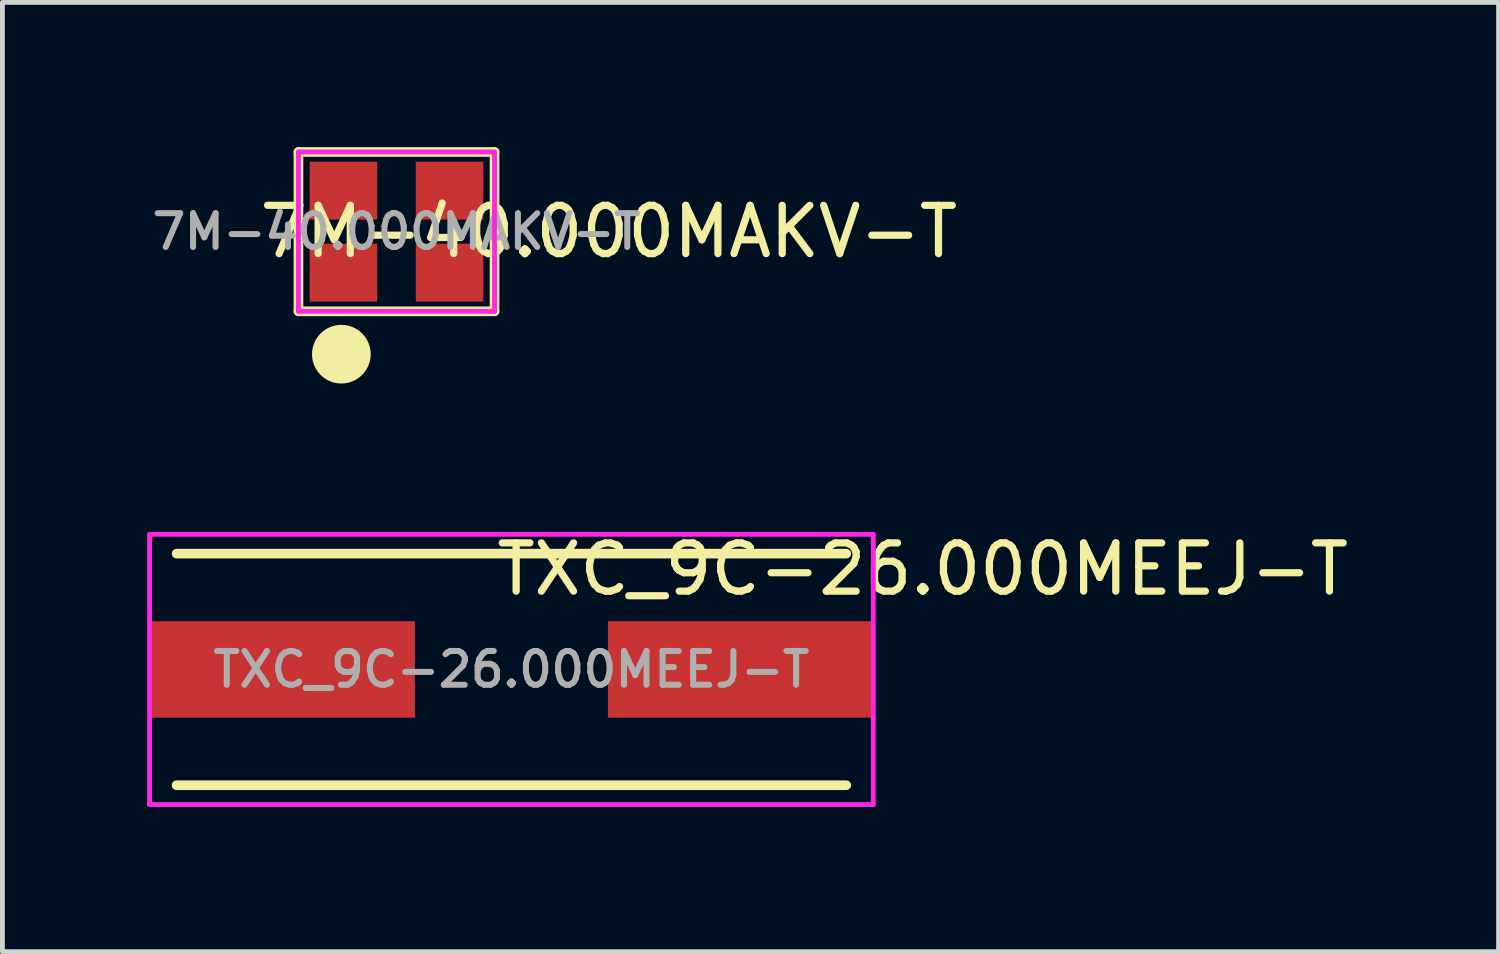
<source format=kicad_pcb>
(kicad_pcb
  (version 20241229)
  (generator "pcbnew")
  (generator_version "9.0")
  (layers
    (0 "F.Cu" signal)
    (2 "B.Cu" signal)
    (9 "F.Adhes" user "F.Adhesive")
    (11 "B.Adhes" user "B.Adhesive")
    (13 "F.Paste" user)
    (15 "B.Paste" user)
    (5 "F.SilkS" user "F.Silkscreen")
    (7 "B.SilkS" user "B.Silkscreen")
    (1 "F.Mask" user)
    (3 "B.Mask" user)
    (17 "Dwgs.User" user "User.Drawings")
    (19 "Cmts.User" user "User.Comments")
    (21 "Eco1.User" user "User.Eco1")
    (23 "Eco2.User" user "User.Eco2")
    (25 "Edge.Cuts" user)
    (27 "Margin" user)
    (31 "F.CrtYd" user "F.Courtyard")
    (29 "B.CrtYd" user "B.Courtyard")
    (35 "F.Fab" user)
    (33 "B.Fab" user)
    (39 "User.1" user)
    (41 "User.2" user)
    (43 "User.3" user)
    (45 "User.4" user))
  (footprint "7M-40.000MAKV-T"
    (layer "F.Cu")
    (at 5.168 1.751)
    (property "Reference" "7M-40.000MAKV-T" (at 4.4 0 0) (layer "F.SilkS") (effects (font (size 1 1) (thickness 0.15))))
    (attr through_hole)
    (fp_line (start -2.032 -1.651) (end 2.032 -1.651) (stroke (width 0.2) (type solid)) (layer "F.SilkS"))
    (fp_line (start -2.032 1.651) (end -2.032 -1.651) (stroke (width 0.2) (type solid)) (layer "F.SilkS"))
    (fp_line (start -0.889 2.54) (end -1.27 2.54) (stroke (width 0.2) (type solid)) (layer "F.SilkS"))
    (fp_line (start 2.032 -1.651) (end 2.032 1.651) (stroke (width 0.2) (type solid)) (layer "F.SilkS"))
    (fp_line (start 2.032 1.651) (end -2.032 1.651) (stroke (width 0.2) (type solid)) (layer "F.SilkS"))
    (fp_circle (center -1.143 2.54) (end -1.651 2.54) (stroke (width 0.2) (type solid)) (fill no) (layer "F.SilkS"))
    (fp_circle (center -1.143 2.54) (end -1.016 2.54) (stroke (width 0.2) (type solid)) (fill no) (layer "F.SilkS"))
    (fp_circle (center -1.143 2.54) (end -0.889 2.54) (stroke (width 0.2) (type solid)) (fill no) (layer "F.SilkS"))
    (fp_circle (center -1.143 2.54) (end -0.762 2.54) (stroke (width 0.2) (type solid)) (fill no) (layer "F.SilkS"))
    (fp_line (start -2.032 -1.651) (end 2.032 -1.651) (stroke (width 0.1) (type solid)) (layer "F.CrtYd"))
    (fp_line (start -2.032 1.651) (end -2.032 -1.651) (stroke (width 0.1) (type solid)) (layer "F.CrtYd"))
    (fp_line (start 2.032 -1.651) (end 2.032 1.651) (stroke (width 0.1) (type solid)) (layer "F.CrtYd"))
    (fp_line (start 2.032 1.651) (end -2.032 1.651) (stroke (width 0.1) (type solid)) (layer "F.CrtYd"))
    (fp_text user "${REFERENCE}" (at 0 0 0) (layer "F.Fab") (effects (font (size 0.7 0.7) (thickness 0.125))))
    (pad "1" smd rect (at -1.1 0.85) (size 1.4 1.2) (layers "F.Cu" "F.Mask" "F.Paste"))
    (pad "2" smd rect (at 1.1 0.85) (size 1.4 1.2) (layers "F.Cu" "F.Mask" "F.Paste"))
    (pad "3" smd rect (at 1.1 -0.85) (size 1.4 1.2) (layers "F.Cu" "F.Mask" "F.Paste"))
    (pad "4" smd rect (at -1.1 -0.85) (size 1.4 1.2) (layers "F.Cu" "F.Mask" "F.Paste")))
  (footprint "TXC_9C-26.000MEEJ-T"
    (layer "F.Cu")
    (at 7.55 10.825)
    (property "Reference" "TXC_9C-26.000MEEJ-T" (at 8.526 -2.078 0) (layer "F.SilkS") (effects (font (size 1 1) (thickness 0.15))))
    (attr through_hole)
    (fp_line (start -6.94 -2.4) (end 6.94 -2.4) (stroke (width 0.2) (type solid)) (layer "F.SilkS"))
    (fp_line (start -6.94 2.4) (end 6.94 2.4) (stroke (width 0.2) (type solid)) (layer "F.SilkS"))
    (fp_line (start -7.5 -2.8) (end 7.5 -2.8) (stroke (width 0.1) (type solid)) (layer "F.CrtYd"))
    (fp_line (start -7.5 2.8) (end -7.5 -2.8) (stroke (width 0.1) (type solid)) (layer "F.CrtYd"))
    (fp_line (start 7.5 -2.8) (end 7.5 2.8) (stroke (width 0.1) (type solid)) (layer "F.CrtYd"))
    (fp_line (start 7.5 2.8) (end -7.5 2.8) (stroke (width 0.1) (type solid)) (layer "F.CrtYd"))
    (fp_text user "${REFERENCE}" (at 0 0 0) (layer "F.Fab") (effects (font (size 0.7 0.7) (thickness 0.125))))
    (pad "1" smd rect (at -4.75 0) (size 5.5 2) (layers "F.Cu" "F.Mask" "F.Paste"))
    (pad "2" smd rect (at 4.75 0) (size 5.5 2) (layers "F.Cu" "F.Mask" "F.Paste")))
  (gr_rect
    (start -3 -3)
    (end 28.01 16.675)
    (stroke (width 0.1) (type default))
    (fill no)
    (layer "Edge.Cuts")))
</source>
